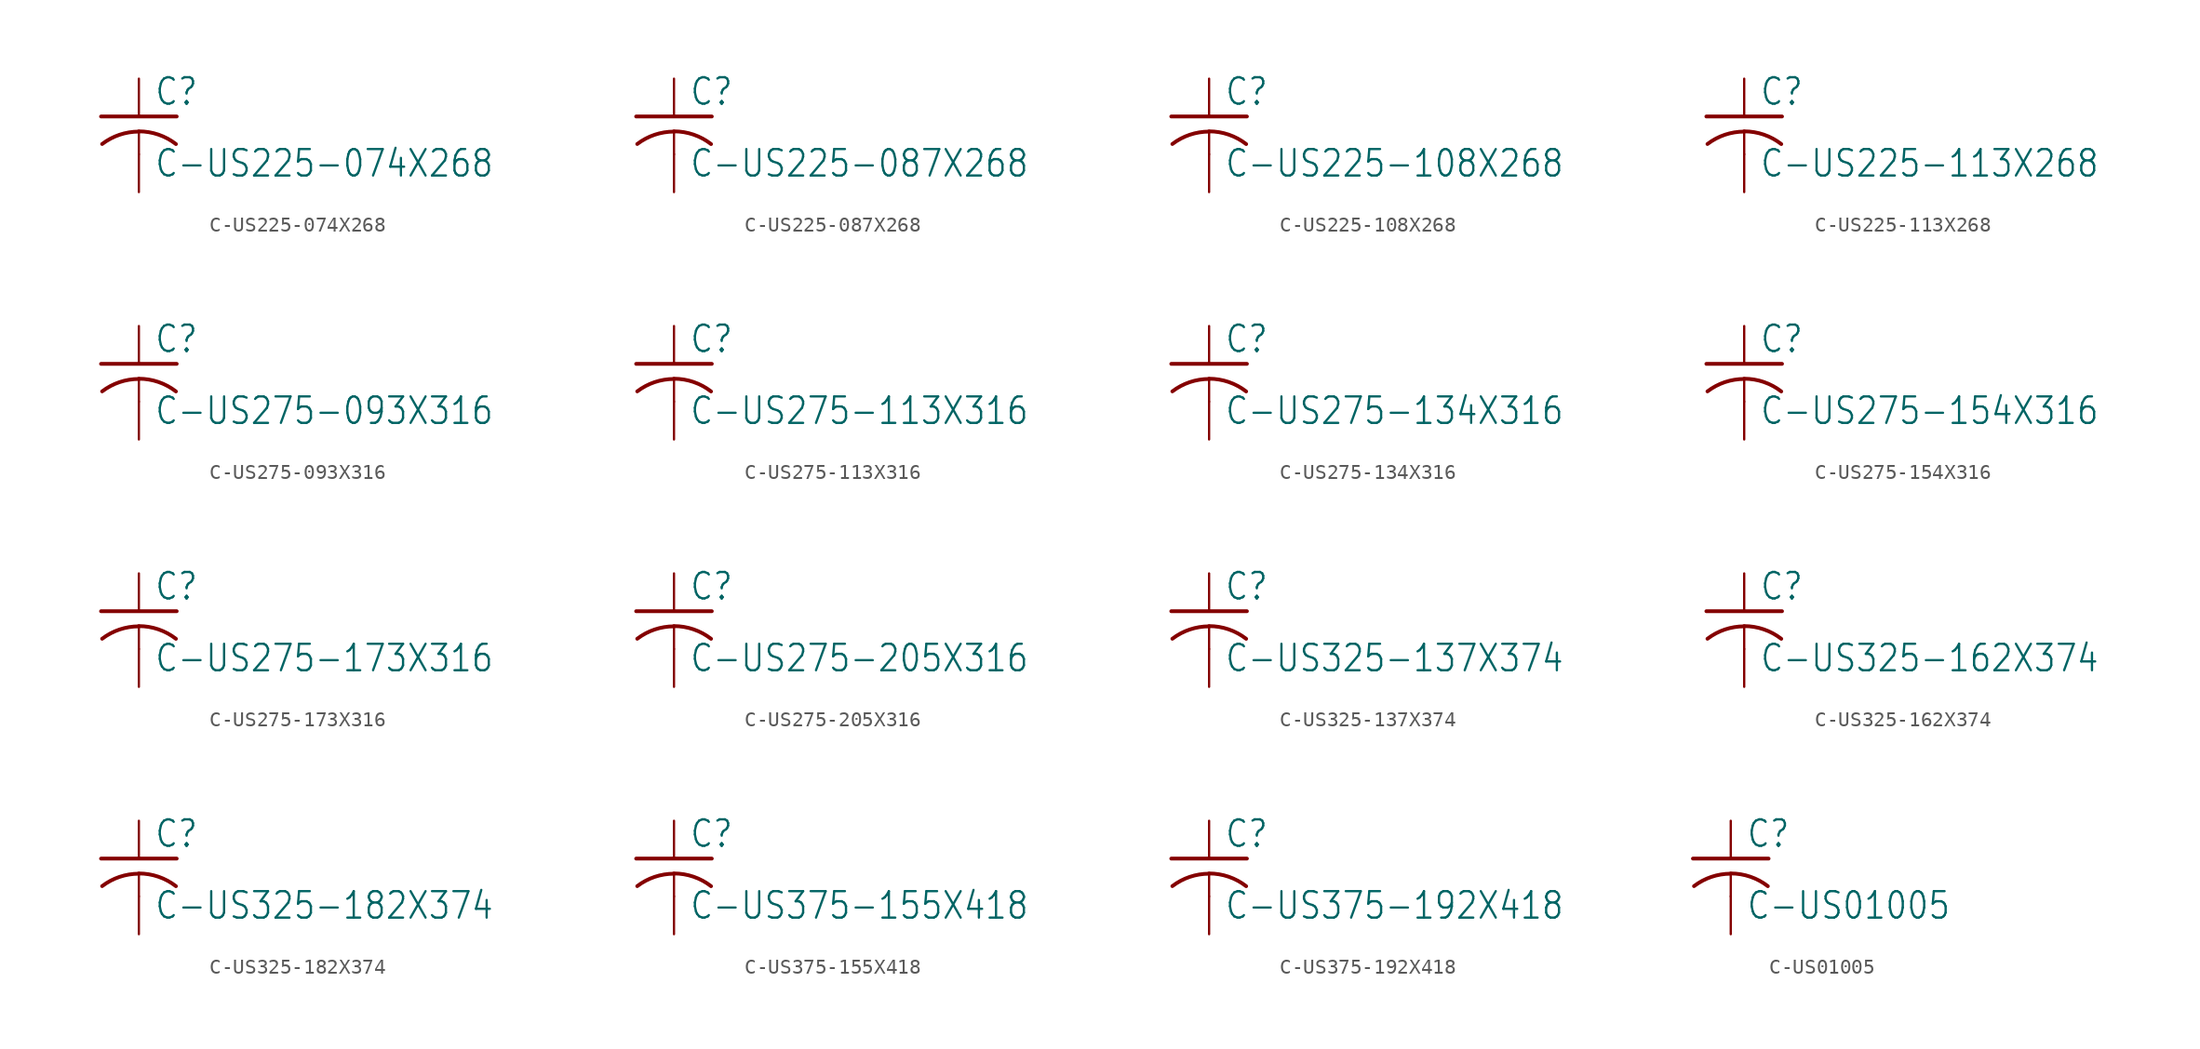
<source format=kicad_sym>
(kicad_symbol_lib
  (version 20201005)
  (generator kicad_symbol_editor)
  (symbol "C-US225-074X268"
    (property "Reference" "C"
      (at 1.016 0.635 0)
      (effects (font (size 1.778 1.511)) (justify left bottom)))
    (property "Value" "C-US225-074X268"
      (at 1.016 -4.191 0)
      (effects (font (size 1.778 1.511)) (justify left bottom)))
    (property "ki_locked" ""
      (at 0 0 0)
      (effects (font (size 1.27 1.27))))
    (symbol "C-US225-074X268_1_0"
      (arc (start 2.4892 -1.8542) (end 0 -1) (radius (at 0 -5.0542) (length 4.0541) (angles 52.1 90)) (stroke (width 0.254)) (fill (type none)))
      (arc (start 0 -1.0161) (end -2.4668 -1.8504) (radius (at 0 -5.0799) (length 4.0638) (angles 90 127.4)) (stroke (width 0.254)) (fill (type none)))
      (polyline (pts (xy -2.54 0) (xy 2.54 0)) (stroke (width 0.254)) (fill (type none)))
      (polyline (pts (xy 0 -1.016) (xy 0 -2.54)) (stroke (width 0.152)) (fill (type none)))
      (pin passive line (at 0 2.54 270) (length 2.54) (name "1" (effects (font (size 0 0)))) (number "1" (effects (font (size 0 0)))))
      (pin passive line (at 0 -5.08 90) (length 2.54) (name "2" (effects (font (size 0 0)))) (number "2" (effects (font (size 0 0)))))))
  (symbol "C-US225-087X268"
    (property "Reference" "C"
      (at 1.016 0.635 0)
      (effects (font (size 1.778 1.511)) (justify left bottom)))
    (property "Value" "C-US225-087X268"
      (at 1.016 -4.191 0)
      (effects (font (size 1.778 1.511)) (justify left bottom)))
    (property "ki_locked" ""
      (at 0 0 0)
      (effects (font (size 1.27 1.27))))
    (symbol "C-US225-087X268_1_0"
      (arc (start 2.4892 -1.8542) (end 0 -1) (radius (at 0 -5.0542) (length 4.0541) (angles 52.1 90)) (stroke (width 0.254)) (fill (type none)))
      (arc (start 0 -1.0161) (end -2.4668 -1.8504) (radius (at 0 -5.0799) (length 4.0638) (angles 90 127.4)) (stroke (width 0.254)) (fill (type none)))
      (polyline (pts (xy -2.54 0) (xy 2.54 0)) (stroke (width 0.254)) (fill (type none)))
      (polyline (pts (xy 0 -1.016) (xy 0 -2.54)) (stroke (width 0.152)) (fill (type none)))
      (pin passive line (at 0 2.54 270) (length 2.54) (name "1" (effects (font (size 0 0)))) (number "1" (effects (font (size 0 0)))))
      (pin passive line (at 0 -5.08 90) (length 2.54) (name "2" (effects (font (size 0 0)))) (number "2" (effects (font (size 0 0)))))))
  (symbol "C-US225-108X268"
    (property "Reference" "C"
      (at 1.016 0.635 0)
      (effects (font (size 1.778 1.511)) (justify left bottom)))
    (property "Value" "C-US225-108X268"
      (at 1.016 -4.191 0)
      (effects (font (size 1.778 1.511)) (justify left bottom)))
    (property "ki_locked" ""
      (at 0 0 0)
      (effects (font (size 1.27 1.27))))
    (symbol "C-US225-108X268_1_0"
      (arc (start 2.4892 -1.8542) (end 0 -1) (radius (at 0 -5.0542) (length 4.0541) (angles 52.1 90)) (stroke (width 0.254)) (fill (type none)))
      (arc (start 0 -1.0161) (end -2.4668 -1.8504) (radius (at 0 -5.0799) (length 4.0638) (angles 90 127.4)) (stroke (width 0.254)) (fill (type none)))
      (polyline (pts (xy -2.54 0) (xy 2.54 0)) (stroke (width 0.254)) (fill (type none)))
      (polyline (pts (xy 0 -1.016) (xy 0 -2.54)) (stroke (width 0.152)) (fill (type none)))
      (pin passive line (at 0 2.54 270) (length 2.54) (name "1" (effects (font (size 0 0)))) (number "1" (effects (font (size 0 0)))))
      (pin passive line (at 0 -5.08 90) (length 2.54) (name "2" (effects (font (size 0 0)))) (number "2" (effects (font (size 0 0)))))))
  (symbol "C-US225-113X268"
    (property "Reference" "C"
      (at 1.016 0.635 0)
      (effects (font (size 1.778 1.511)) (justify left bottom)))
    (property "Value" "C-US225-113X268"
      (at 1.016 -4.191 0)
      (effects (font (size 1.778 1.511)) (justify left bottom)))
    (property "ki_locked" ""
      (at 0 0 0)
      (effects (font (size 1.27 1.27))))
    (symbol "C-US225-113X268_1_0"
      (arc (start 2.4892 -1.8542) (end 0 -1) (radius (at 0 -5.0542) (length 4.0541) (angles 52.1 90)) (stroke (width 0.254)) (fill (type none)))
      (arc (start 0 -1.0161) (end -2.4668 -1.8504) (radius (at 0 -5.0799) (length 4.0638) (angles 90 127.4)) (stroke (width 0.254)) (fill (type none)))
      (polyline (pts (xy -2.54 0) (xy 2.54 0)) (stroke (width 0.254)) (fill (type none)))
      (polyline (pts (xy 0 -1.016) (xy 0 -2.54)) (stroke (width 0.152)) (fill (type none)))
      (pin passive line (at 0 2.54 270) (length 2.54) (name "1" (effects (font (size 0 0)))) (number "1" (effects (font (size 0 0)))))
      (pin passive line (at 0 -5.08 90) (length 2.54) (name "2" (effects (font (size 0 0)))) (number "2" (effects (font (size 0 0)))))))
  (symbol "C-US275-093X316"
    (property "Reference" "C"
      (at 1.016 0.635 0)
      (effects (font (size 1.778 1.511)) (justify left bottom)))
    (property "Value" "C-US275-093X316"
      (at 1.016 -4.191 0)
      (effects (font (size 1.778 1.511)) (justify left bottom)))
    (property "ki_locked" ""
      (at 0 0 0)
      (effects (font (size 1.27 1.27))))
    (symbol "C-US275-093X316_1_0"
      (arc (start 2.4892 -1.8542) (end 0 -1) (radius (at 0 -5.0542) (length 4.0541) (angles 52.1 90)) (stroke (width 0.254)) (fill (type none)))
      (arc (start 0 -1.0161) (end -2.4668 -1.8504) (radius (at 0 -5.0799) (length 4.0638) (angles 90 127.4)) (stroke (width 0.254)) (fill (type none)))
      (polyline (pts (xy -2.54 0) (xy 2.54 0)) (stroke (width 0.254)) (fill (type none)))
      (polyline (pts (xy 0 -1.016) (xy 0 -2.54)) (stroke (width 0.152)) (fill (type none)))
      (pin passive line (at 0 2.54 270) (length 2.54) (name "1" (effects (font (size 0 0)))) (number "1" (effects (font (size 0 0)))))
      (pin passive line (at 0 -5.08 90) (length 2.54) (name "2" (effects (font (size 0 0)))) (number "2" (effects (font (size 0 0)))))))
  (symbol "C-US275-113X316"
    (property "Reference" "C"
      (at 1.016 0.635 0)
      (effects (font (size 1.778 1.511)) (justify left bottom)))
    (property "Value" "C-US275-113X316"
      (at 1.016 -4.191 0)
      (effects (font (size 1.778 1.511)) (justify left bottom)))
    (property "ki_locked" ""
      (at 0 0 0)
      (effects (font (size 1.27 1.27))))
    (symbol "C-US275-113X316_1_0"
      (arc (start 2.4892 -1.8542) (end 0 -1) (radius (at 0 -5.0542) (length 4.0541) (angles 52.1 90)) (stroke (width 0.254)) (fill (type none)))
      (arc (start 0 -1.0161) (end -2.4668 -1.8504) (radius (at 0 -5.0799) (length 4.0638) (angles 90 127.4)) (stroke (width 0.254)) (fill (type none)))
      (polyline (pts (xy -2.54 0) (xy 2.54 0)) (stroke (width 0.254)) (fill (type none)))
      (polyline (pts (xy 0 -1.016) (xy 0 -2.54)) (stroke (width 0.152)) (fill (type none)))
      (pin passive line (at 0 2.54 270) (length 2.54) (name "1" (effects (font (size 0 0)))) (number "1" (effects (font (size 0 0)))))
      (pin passive line (at 0 -5.08 90) (length 2.54) (name "2" (effects (font (size 0 0)))) (number "2" (effects (font (size 0 0)))))))
  (symbol "C-US275-134X316"
    (property "Reference" "C"
      (at 1.016 0.635 0)
      (effects (font (size 1.778 1.511)) (justify left bottom)))
    (property "Value" "C-US275-134X316"
      (at 1.016 -4.191 0)
      (effects (font (size 1.778 1.511)) (justify left bottom)))
    (property "ki_locked" ""
      (at 0 0 0)
      (effects (font (size 1.27 1.27))))
    (symbol "C-US275-134X316_1_0"
      (arc (start 2.4892 -1.8542) (end 0 -1) (radius (at 0 -5.0542) (length 4.0541) (angles 52.1 90)) (stroke (width 0.254)) (fill (type none)))
      (arc (start 0 -1.0161) (end -2.4668 -1.8504) (radius (at 0 -5.0799) (length 4.0638) (angles 90 127.4)) (stroke (width 0.254)) (fill (type none)))
      (polyline (pts (xy -2.54 0) (xy 2.54 0)) (stroke (width 0.254)) (fill (type none)))
      (polyline (pts (xy 0 -1.016) (xy 0 -2.54)) (stroke (width 0.152)) (fill (type none)))
      (pin passive line (at 0 2.54 270) (length 2.54) (name "1" (effects (font (size 0 0)))) (number "1" (effects (font (size 0 0)))))
      (pin passive line (at 0 -5.08 90) (length 2.54) (name "2" (effects (font (size 0 0)))) (number "2" (effects (font (size 0 0)))))))
  (symbol "C-US275-154X316"
    (property "Reference" "C"
      (at 1.016 0.635 0)
      (effects (font (size 1.778 1.511)) (justify left bottom)))
    (property "Value" "C-US275-154X316"
      (at 1.016 -4.191 0)
      (effects (font (size 1.778 1.511)) (justify left bottom)))
    (property "ki_locked" ""
      (at 0 0 0)
      (effects (font (size 1.27 1.27))))
    (symbol "C-US275-154X316_1_0"
      (arc (start 2.4892 -1.8542) (end 0 -1) (radius (at 0 -5.0542) (length 4.0541) (angles 52.1 90)) (stroke (width 0.254)) (fill (type none)))
      (arc (start 0 -1.0161) (end -2.4668 -1.8504) (radius (at 0 -5.0799) (length 4.0638) (angles 90 127.4)) (stroke (width 0.254)) (fill (type none)))
      (polyline (pts (xy -2.54 0) (xy 2.54 0)) (stroke (width 0.254)) (fill (type none)))
      (polyline (pts (xy 0 -1.016) (xy 0 -2.54)) (stroke (width 0.152)) (fill (type none)))
      (pin passive line (at 0 2.54 270) (length 2.54) (name "1" (effects (font (size 0 0)))) (number "1" (effects (font (size 0 0)))))
      (pin passive line (at 0 -5.08 90) (length 2.54) (name "2" (effects (font (size 0 0)))) (number "2" (effects (font (size 0 0)))))))
  (symbol "C-US275-173X316"
    (property "Reference" "C"
      (at 1.016 0.635 0)
      (effects (font (size 1.778 1.511)) (justify left bottom)))
    (property "Value" "C-US275-173X316"
      (at 1.016 -4.191 0)
      (effects (font (size 1.778 1.511)) (justify left bottom)))
    (property "ki_locked" ""
      (at 0 0 0)
      (effects (font (size 1.27 1.27))))
    (symbol "C-US275-173X316_1_0"
      (arc (start 2.4892 -1.8542) (end 0 -1) (radius (at 0 -5.0542) (length 4.0541) (angles 52.1 90)) (stroke (width 0.254)) (fill (type none)))
      (arc (start 0 -1.0161) (end -2.4668 -1.8504) (radius (at 0 -5.0799) (length 4.0638) (angles 90 127.4)) (stroke (width 0.254)) (fill (type none)))
      (polyline (pts (xy -2.54 0) (xy 2.54 0)) (stroke (width 0.254)) (fill (type none)))
      (polyline (pts (xy 0 -1.016) (xy 0 -2.54)) (stroke (width 0.152)) (fill (type none)))
      (pin passive line (at 0 2.54 270) (length 2.54) (name "1" (effects (font (size 0 0)))) (number "1" (effects (font (size 0 0)))))
      (pin passive line (at 0 -5.08 90) (length 2.54) (name "2" (effects (font (size 0 0)))) (number "2" (effects (font (size 0 0)))))))
  (symbol "C-US275-205X316"
    (property "Reference" "C"
      (at 1.016 0.635 0)
      (effects (font (size 1.778 1.511)) (justify left bottom)))
    (property "Value" "C-US275-205X316"
      (at 1.016 -4.191 0)
      (effects (font (size 1.778 1.511)) (justify left bottom)))
    (property "ki_locked" ""
      (at 0 0 0)
      (effects (font (size 1.27 1.27))))
    (symbol "C-US275-205X316_1_0"
      (arc (start 2.4892 -1.8542) (end 0 -1) (radius (at 0 -5.0542) (length 4.0541) (angles 52.1 90)) (stroke (width 0.254)) (fill (type none)))
      (arc (start 0 -1.0161) (end -2.4668 -1.8504) (radius (at 0 -5.0799) (length 4.0638) (angles 90 127.4)) (stroke (width 0.254)) (fill (type none)))
      (polyline (pts (xy -2.54 0) (xy 2.54 0)) (stroke (width 0.254)) (fill (type none)))
      (polyline (pts (xy 0 -1.016) (xy 0 -2.54)) (stroke (width 0.152)) (fill (type none)))
      (pin passive line (at 0 2.54 270) (length 2.54) (name "1" (effects (font (size 0 0)))) (number "1" (effects (font (size 0 0)))))
      (pin passive line (at 0 -5.08 90) (length 2.54) (name "2" (effects (font (size 0 0)))) (number "2" (effects (font (size 0 0)))))))
  (symbol "C-US325-137X374"
    (property "Reference" "C"
      (at 1.016 0.635 0)
      (effects (font (size 1.778 1.511)) (justify left bottom)))
    (property "Value" "C-US325-137X374"
      (at 1.016 -4.191 0)
      (effects (font (size 1.778 1.511)) (justify left bottom)))
    (property "ki_locked" ""
      (at 0 0 0)
      (effects (font (size 1.27 1.27))))
    (symbol "C-US325-137X374_1_0"
      (arc (start 2.4892 -1.8542) (end 0 -1) (radius (at 0 -5.0542) (length 4.0541) (angles 52.1 90)) (stroke (width 0.254)) (fill (type none)))
      (arc (start 0 -1.0161) (end -2.4668 -1.8504) (radius (at 0 -5.0799) (length 4.0638) (angles 90 127.4)) (stroke (width 0.254)) (fill (type none)))
      (polyline (pts (xy -2.54 0) (xy 2.54 0)) (stroke (width 0.254)) (fill (type none)))
      (polyline (pts (xy 0 -1.016) (xy 0 -2.54)) (stroke (width 0.152)) (fill (type none)))
      (pin passive line (at 0 2.54 270) (length 2.54) (name "1" (effects (font (size 0 0)))) (number "1" (effects (font (size 0 0)))))
      (pin passive line (at 0 -5.08 90) (length 2.54) (name "2" (effects (font (size 0 0)))) (number "2" (effects (font (size 0 0)))))))
  (symbol "C-US325-162X374"
    (property "Reference" "C"
      (at 1.016 0.635 0)
      (effects (font (size 1.778 1.511)) (justify left bottom)))
    (property "Value" "C-US325-162X374"
      (at 1.016 -4.191 0)
      (effects (font (size 1.778 1.511)) (justify left bottom)))
    (property "ki_locked" ""
      (at 0 0 0)
      (effects (font (size 1.27 1.27))))
    (symbol "C-US325-162X374_1_0"
      (arc (start 2.4892 -1.8542) (end 0 -1) (radius (at 0 -5.0542) (length 4.0541) (angles 52.1 90)) (stroke (width 0.254)) (fill (type none)))
      (arc (start 0 -1.0161) (end -2.4668 -1.8504) (radius (at 0 -5.0799) (length 4.0638) (angles 90 127.4)) (stroke (width 0.254)) (fill (type none)))
      (polyline (pts (xy -2.54 0) (xy 2.54 0)) (stroke (width 0.254)) (fill (type none)))
      (polyline (pts (xy 0 -1.016) (xy 0 -2.54)) (stroke (width 0.152)) (fill (type none)))
      (pin passive line (at 0 2.54 270) (length 2.54) (name "1" (effects (font (size 0 0)))) (number "1" (effects (font (size 0 0)))))
      (pin passive line (at 0 -5.08 90) (length 2.54) (name "2" (effects (font (size 0 0)))) (number "2" (effects (font (size 0 0)))))))
  (symbol "C-US325-182X374"
    (property "Reference" "C"
      (at 1.016 0.635 0)
      (effects (font (size 1.778 1.511)) (justify left bottom)))
    (property "Value" "C-US325-182X374"
      (at 1.016 -4.191 0)
      (effects (font (size 1.778 1.511)) (justify left bottom)))
    (property "ki_locked" ""
      (at 0 0 0)
      (effects (font (size 1.27 1.27))))
    (symbol "C-US325-182X374_1_0"
      (arc (start 2.4892 -1.8542) (end 0 -1) (radius (at 0 -5.0542) (length 4.0541) (angles 52.1 90)) (stroke (width 0.254)) (fill (type none)))
      (arc (start 0 -1.0161) (end -2.4668 -1.8504) (radius (at 0 -5.0799) (length 4.0638) (angles 90 127.4)) (stroke (width 0.254)) (fill (type none)))
      (polyline (pts (xy -2.54 0) (xy 2.54 0)) (stroke (width 0.254)) (fill (type none)))
      (polyline (pts (xy 0 -1.016) (xy 0 -2.54)) (stroke (width 0.152)) (fill (type none)))
      (pin passive line (at 0 2.54 270) (length 2.54) (name "1" (effects (font (size 0 0)))) (number "1" (effects (font (size 0 0)))))
      (pin passive line (at 0 -5.08 90) (length 2.54) (name "2" (effects (font (size 0 0)))) (number "2" (effects (font (size 0 0)))))))
  (symbol "C-US375-155X418"
    (property "Reference" "C"
      (at 1.016 0.635 0)
      (effects (font (size 1.778 1.511)) (justify left bottom)))
    (property "Value" "C-US375-155X418"
      (at 1.016 -4.191 0)
      (effects (font (size 1.778 1.511)) (justify left bottom)))
    (property "ki_locked" ""
      (at 0 0 0)
      (effects (font (size 1.27 1.27))))
    (symbol "C-US375-155X418_1_0"
      (arc (start 2.4892 -1.8542) (end 0 -1) (radius (at 0 -5.0542) (length 4.0541) (angles 52.1 90)) (stroke (width 0.254)) (fill (type none)))
      (arc (start 0 -1.0161) (end -2.4668 -1.8504) (radius (at 0 -5.0799) (length 4.0638) (angles 90 127.4)) (stroke (width 0.254)) (fill (type none)))
      (polyline (pts (xy -2.54 0) (xy 2.54 0)) (stroke (width 0.254)) (fill (type none)))
      (polyline (pts (xy 0 -1.016) (xy 0 -2.54)) (stroke (width 0.152)) (fill (type none)))
      (pin passive line (at 0 2.54 270) (length 2.54) (name "1" (effects (font (size 0 0)))) (number "1" (effects (font (size 0 0)))))
      (pin passive line (at 0 -5.08 90) (length 2.54) (name "2" (effects (font (size 0 0)))) (number "2" (effects (font (size 0 0)))))))
  (symbol "C-US375-192X418"
    (property "Reference" "C"
      (at 1.016 0.635 0)
      (effects (font (size 1.778 1.511)) (justify left bottom)))
    (property "Value" "C-US375-192X418"
      (at 1.016 -4.191 0)
      (effects (font (size 1.778 1.511)) (justify left bottom)))
    (property "ki_locked" ""
      (at 0 0 0)
      (effects (font (size 1.27 1.27))))
    (symbol "C-US375-192X418_1_0"
      (arc (start 2.4892 -1.8542) (end 0 -1) (radius (at 0 -5.0542) (length 4.0541) (angles 52.1 90)) (stroke (width 0.254)) (fill (type none)))
      (arc (start 0 -1.0161) (end -2.4668 -1.8504) (radius (at 0 -5.0799) (length 4.0638) (angles 90 127.4)) (stroke (width 0.254)) (fill (type none)))
      (polyline (pts (xy -2.54 0) (xy 2.54 0)) (stroke (width 0.254)) (fill (type none)))
      (polyline (pts (xy 0 -1.016) (xy 0 -2.54)) (stroke (width 0.152)) (fill (type none)))
      (pin passive line (at 0 2.54 270) (length 2.54) (name "1" (effects (font (size 0 0)))) (number "1" (effects (font (size 0 0)))))
      (pin passive line (at 0 -5.08 90) (length 2.54) (name "2" (effects (font (size 0 0)))) (number "2" (effects (font (size 0 0)))))))
  (symbol "C-US01005"
    (property "Reference" "C"
      (at 1.016 0.635 0)
      (effects (font (size 1.778 1.511)) (justify left bottom)))
    (property "Value" "C-US01005"
      (at 1.016 -4.191 0)
      (effects (font (size 1.778 1.511)) (justify left bottom)))
    (property "ki_locked" ""
      (at 0 0 0)
      (effects (font (size 1.27 1.27))))
    (symbol "C-US01005_1_0"
      (arc (start 2.4892 -1.8542) (end 0 -1) (radius (at 0 -5.0542) (length 4.0541) (angles 52.1 90)) (stroke (width 0.254)) (fill (type none)))
      (arc (start 0 -1.0161) (end -2.4668 -1.8504) (radius (at 0 -5.0799) (length 4.0638) (angles 90 127.4)) (stroke (width 0.254)) (fill (type none)))
      (polyline (pts (xy -2.54 0) (xy 2.54 0)) (stroke (width 0.254)) (fill (type none)))
      (polyline (pts (xy 0 -1.016) (xy 0 -2.54)) (stroke (width 0.152)) (fill (type none)))
      (pin passive line (at 0 2.54 270) (length 2.54) (name "1" (effects (font (size 0 0)))) (number "1" (effects (font (size 0 0)))))
      (pin passive line (at 0 -5.08 90) (length 2.54) (name "2" (effects (font (size 0 0)))) (number "2" (effects (font (size 0 0))))))))
</source>
